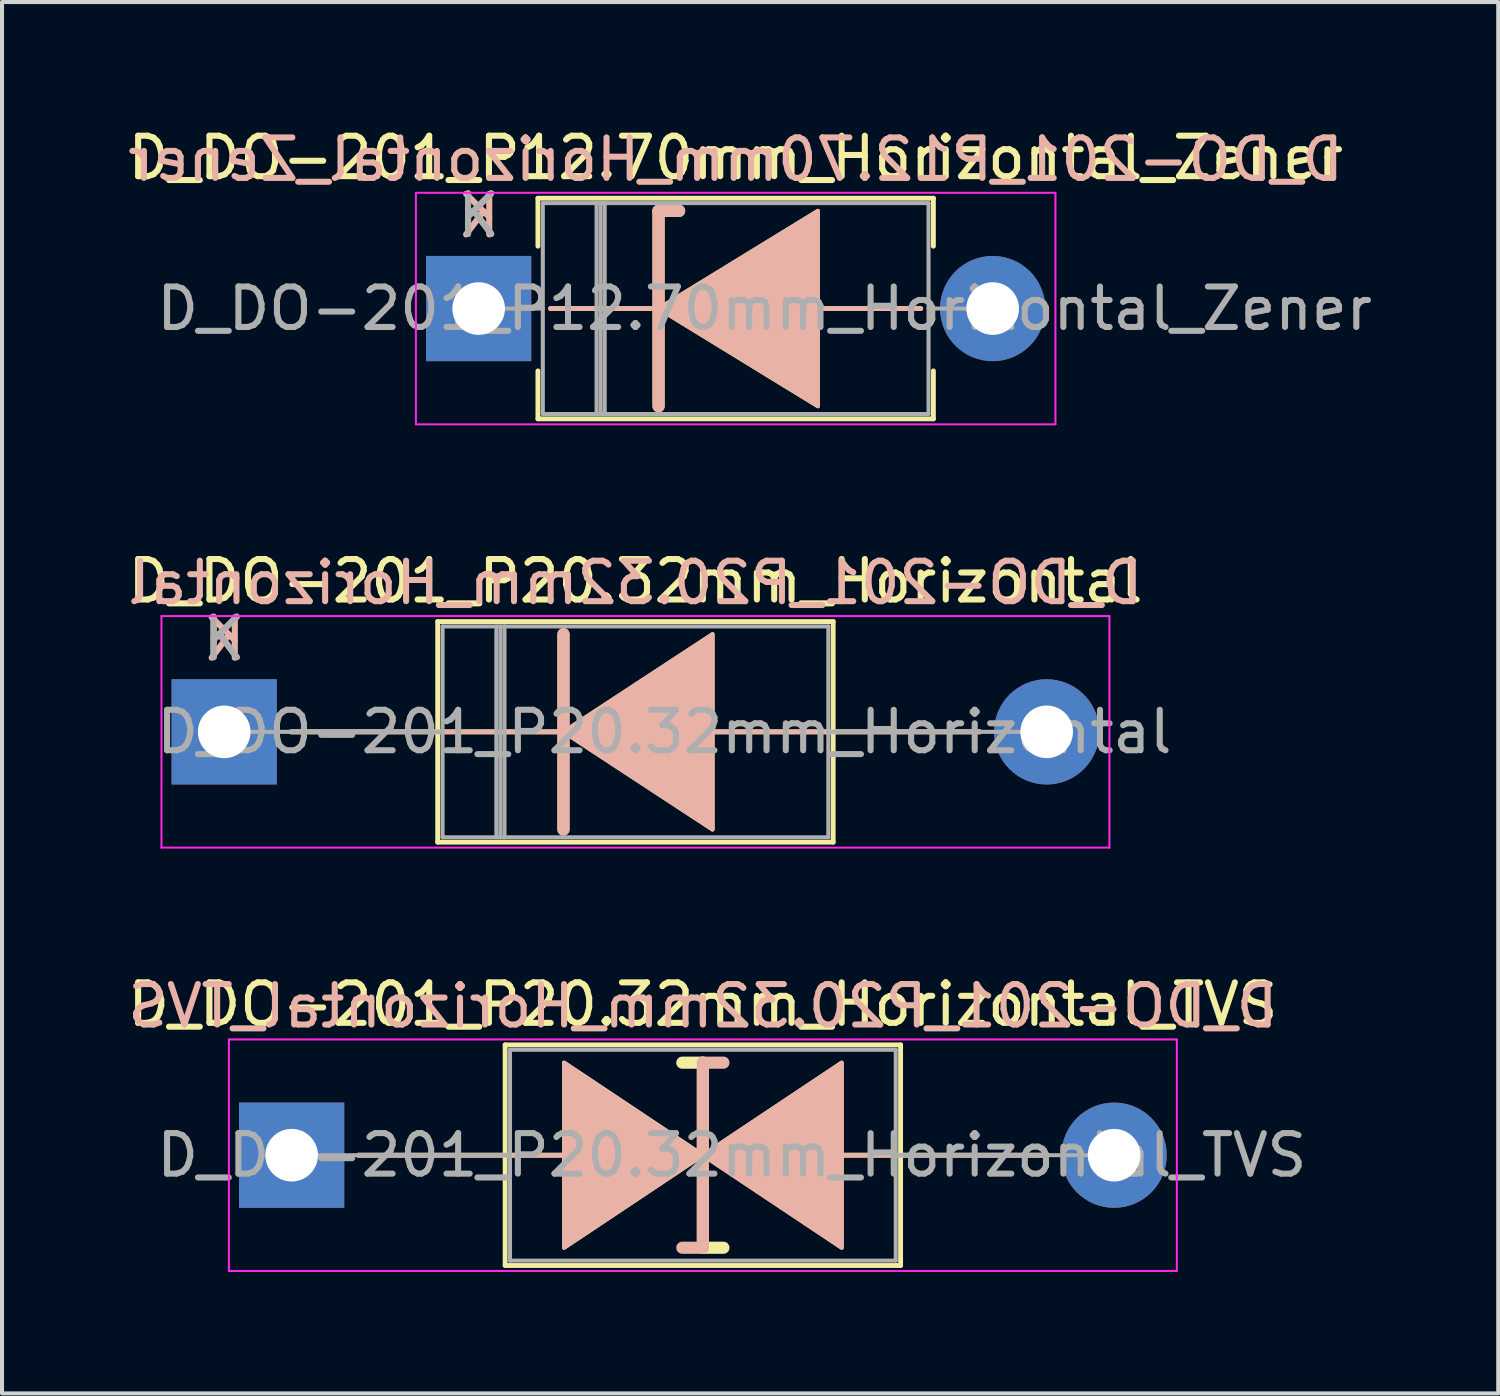
<source format=kicad_pcb>
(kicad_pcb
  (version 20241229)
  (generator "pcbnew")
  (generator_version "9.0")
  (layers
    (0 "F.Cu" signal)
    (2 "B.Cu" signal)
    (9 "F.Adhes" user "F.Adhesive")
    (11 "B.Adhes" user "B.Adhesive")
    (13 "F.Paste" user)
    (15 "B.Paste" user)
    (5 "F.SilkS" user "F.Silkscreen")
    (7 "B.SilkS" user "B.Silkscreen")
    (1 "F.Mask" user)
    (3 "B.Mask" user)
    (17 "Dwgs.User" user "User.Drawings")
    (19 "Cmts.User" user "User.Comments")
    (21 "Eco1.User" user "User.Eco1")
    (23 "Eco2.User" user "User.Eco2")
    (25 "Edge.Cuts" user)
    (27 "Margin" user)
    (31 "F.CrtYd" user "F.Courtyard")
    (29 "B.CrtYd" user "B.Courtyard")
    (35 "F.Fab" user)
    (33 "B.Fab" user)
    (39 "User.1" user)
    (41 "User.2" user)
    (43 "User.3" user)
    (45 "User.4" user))
  (footprint "D_DO-201_P20.32mm_Horizontal_TVS"
    (layer "F.Cu")
    (at 4.155 25.49)
    (property "Reference" "D_DO-201_P20.32mm_Horizontal_TVS" (at 10.16 -3.725 0) (layer "F.SilkS") (effects (font (size 1 1) (thickness 0.15))))
    (fp_line (start 1.651 0) (end 5.275 0) (stroke (width 0.12) (type solid)) (layer "F.SilkS"))
    (fp_line (start 5.275 -2.725) (end 5.275 2.725) (stroke (width 0.12) (type solid)) (layer "F.SilkS"))
    (fp_line (start 5.275 0) (end 6.731 0) (stroke (width 0.12) (type solid)) (layer "F.SilkS"))
    (fp_line (start 5.275 2.725) (end 15.045 2.725) (stroke (width 0.12) (type solid)) (layer "F.SilkS"))
    (fp_line (start 10.16 -2.286) (end 9.652 -2.286) (stroke (width 0.3) (type solid)) (layer "F.SilkS"))
    (fp_line (start 10.16 2.286) (end 10.16 -2.286) (stroke (width 0.3) (type solid)) (layer "F.SilkS"))
    (fp_line (start 10.668 2.286) (end 10.16 2.286) (stroke (width 0.3) (type solid)) (layer "F.SilkS"))
    (fp_line (start 13.589 0) (end 15.045 0) (stroke (width 0.12) (type solid)) (layer "F.SilkS"))
    (fp_line (start 15.045 -2.725) (end 5.275 -2.725) (stroke (width 0.12) (type solid)) (layer "F.SilkS"))
    (fp_line (start 15.045 2.725) (end 15.045 -2.725) (stroke (width 0.12) (type solid)) (layer "F.SilkS"))
    (fp_line (start 18.669 0) (end 15.045 0) (stroke (width 0.12) (type solid)) (layer "F.SilkS"))
    (fp_poly (pts (xy 10.16 0) (xy 6.731 2.286) (xy 6.731 -2.286)) (stroke (width 0.1) (type solid)) (fill yes) (layer "F.SilkS"))
    (fp_poly (pts (xy 10.16 0) (xy 13.589 -2.286) (xy 13.589 2.286)) (stroke (width 0.1) (type solid)) (fill yes) (layer "F.SilkS"))
    (fp_line (start 1.651 0) (end 5.275 0) (stroke (width 0.12) (type solid)) (layer "B.SilkS"))
    (fp_line (start 5.275 0) (end 6.731 0) (stroke (width 0.12) (type solid)) (layer "B.SilkS"))
    (fp_line (start 10.16 -2.286) (end 10.16 2.286) (stroke (width 0.3) (type solid)) (layer "B.SilkS"))
    (fp_line (start 10.16 2.286) (end 9.652 2.286) (stroke (width 0.3) (type solid)) (layer "B.SilkS"))
    (fp_line (start 10.668 -2.286) (end 10.16 -2.286) (stroke (width 0.3) (type solid)) (layer "B.SilkS"))
    (fp_line (start 13.589 0) (end 15.045 0) (stroke (width 0.12) (type solid)) (layer "B.SilkS"))
    (fp_line (start 18.669 0) (end 15.045 0) (stroke (width 0.12) (type solid)) (layer "B.SilkS"))
    (fp_poly (pts (xy 10.16 0) (xy 6.731 -2.286) (xy 6.731 2.286)) (stroke (width 0.1) (type solid)) (fill yes) (layer "B.SilkS"))
    (fp_poly (pts (xy 10.16 0) (xy 13.589 2.286) (xy 13.589 -2.286)) (stroke (width 0.1) (type solid)) (fill yes) (layer "B.SilkS"))
    (fp_line (start -1.55 -2.86) (end -1.55 2.86) (stroke (width 0.05) (type solid)) (layer "F.CrtYd"))
    (fp_line (start -1.55 2.86) (end 21.87 2.86) (stroke (width 0.05) (type solid)) (layer "F.CrtYd"))
    (fp_line (start 21.87 -2.86) (end -1.55 -2.86) (stroke (width 0.05) (type solid)) (layer "F.CrtYd"))
    (fp_line (start 21.87 2.86) (end 21.87 -2.86) (stroke (width 0.05) (type solid)) (layer "F.CrtYd"))
    (fp_line (start 0 0) (end 5.395 0) (stroke (width 0.1) (type solid)) (layer "F.Fab"))
    (fp_line (start 5.395 -2.605) (end 5.395 2.605) (stroke (width 0.1) (type solid)) (layer "F.Fab"))
    (fp_line (start 5.395 2.605) (end 14.925 2.605) (stroke (width 0.1) (type solid)) (layer "F.Fab"))
    (fp_line (start 14.925 -2.605) (end 5.395 -2.605) (stroke (width 0.1) (type solid)) (layer "F.Fab"))
    (fp_line (start 14.925 2.605) (end 14.925 -2.605) (stroke (width 0.1) (type solid)) (layer "F.Fab"))
    (fp_line (start 20.32 0) (end 14.925 0) (stroke (width 0.1) (type solid)) (layer "F.Fab"))
    (fp_text user "${REFERENCE}" (at 10.16 -3.683 0) (layer "B.SilkS") (effects (font (size 1 1) (thickness 0.15)) (justify mirror)))
    (fp_text user "${REFERENCE}" (at 10.875 0 0) (layer "F.Fab") (effects (font (size 1 1) (thickness 0.15))))
    (pad "1" thru_hole rect (at 0 0) (size 2.6 2.6) (drill 1.3) (layers "*.Cu" "*.Mask"))
    (pad "2" thru_hole oval (at 20.32 0) (size 2.6 2.6) (drill 1.3) (layers "*.Cu" "*.Mask")))
  (footprint "D_DO-201_P12.70mm_Horizontal_Zener"
    (layer "F.Cu")
    (at 8.775 4.573)
    (property "Reference" "D_DO-201_P12.70mm_Horizontal_Zener" (at 6.35 -3.725 0) (layer "F.SilkS") (effects (font (size 1 1) (thickness 0.15))))
    (fp_line (start 1.465 -2.725) (end 11.235 -2.725) (stroke (width 0.12) (type solid)) (layer "F.SilkS"))
    (fp_line (start 1.465 -1.54) (end 1.465 -2.725) (stroke (width 0.12) (type solid)) (layer "F.SilkS"))
    (fp_line (start 1.465 1.54) (end 1.465 2.725) (stroke (width 0.12) (type solid)) (layer "F.SilkS"))
    (fp_line (start 1.465 2.725) (end 11.235 2.725) (stroke (width 0.12) (type solid)) (layer "F.SilkS"))
    (fp_line (start 4.445 -2.413) (end 4.445 2.413) (stroke (width 0.3) (type solid)) (layer "F.SilkS"))
    (fp_line (start 4.445 -2.413) (end 4.953 -2.413) (stroke (width 0.3) (type solid)) (layer "F.SilkS"))
    (fp_line (start 4.572 0) (end 1.778 0) (stroke (width 0.12) (type solid)) (layer "F.SilkS"))
    (fp_line (start 8.255 0) (end 10.922 0) (stroke (width 0.12) (type solid)) (layer "F.SilkS"))
    (fp_line (start 11.235 -2.725) (end 11.235 -1.54) (stroke (width 0.12) (type solid)) (layer "F.SilkS"))
    (fp_line (start 11.235 2.725) (end 11.235 1.54) (stroke (width 0.12) (type solid)) (layer "F.SilkS"))
    (fp_poly (pts (xy 8.382 2.413) (xy 4.445 0) (xy 8.382 -2.413)) (stroke (width 0.1) (type solid)) (fill yes) (layer "F.SilkS"))
    (fp_line (start 4.445 -2.413) (end 4.953 -2.413) (stroke (width 0.3) (type solid)) (layer "B.SilkS"))
    (fp_line (start 4.445 2.413) (end 4.445 -2.413) (stroke (width 0.3) (type solid)) (layer "B.SilkS"))
    (fp_line (start 4.572 0) (end 1.778 0) (stroke (width 0.12) (type solid)) (layer "B.SilkS"))
    (fp_line (start 8.255 0) (end 10.922 0) (stroke (width 0.12) (type solid)) (layer "B.SilkS"))
    (fp_poly (pts (xy 8.382 -2.413) (xy 4.445 0) (xy 8.382 2.413)) (stroke (width 0.1) (type solid)) (fill yes) (layer "B.SilkS"))
    (fp_line (start -1.55 -2.86) (end -1.55 2.86) (stroke (width 0.05) (type solid)) (layer "F.CrtYd"))
    (fp_line (start -1.55 2.86) (end 14.25 2.86) (stroke (width 0.05) (type solid)) (layer "F.CrtYd"))
    (fp_line (start 14.25 -2.86) (end -1.55 -2.86) (stroke (width 0.05) (type solid)) (layer "F.CrtYd"))
    (fp_line (start 14.25 2.86) (end 14.25 -2.86) (stroke (width 0.05) (type solid)) (layer "F.CrtYd"))
    (fp_line (start 0 0) (end 1.585 0) (stroke (width 0.1) (type solid)) (layer "F.Fab"))
    (fp_line (start 1.585 -2.605) (end 1.585 2.605) (stroke (width 0.1) (type solid)) (layer "F.Fab"))
    (fp_line (start 1.585 2.605) (end 11.115 2.605) (stroke (width 0.1) (type solid)) (layer "F.Fab"))
    (fp_line (start 2.914 -2.605) (end 2.914 2.605) (stroke (width 0.1) (type solid)) (layer "F.Fab"))
    (fp_line (start 3.014 -2.605) (end 3.014 2.605) (stroke (width 0.1) (type solid)) (layer "F.Fab"))
    (fp_line (start 3.115 -2.605) (end 3.115 2.605) (stroke (width 0.1) (type solid)) (layer "F.Fab"))
    (fp_line (start 11.115 -2.605) (end 1.585 -2.605) (stroke (width 0.1) (type solid)) (layer "F.Fab"))
    (fp_line (start 11.115 2.605) (end 11.115 -2.605) (stroke (width 0.1) (type solid)) (layer "F.Fab"))
    (fp_line (start 12.7 0) (end 11.115 0) (stroke (width 0.1) (type solid)) (layer "F.Fab"))
    (fp_text user "K" (at 0 -2.3 0) (layer "F.SilkS") (effects (font (size 1 1) (thickness 0.15))))
    (fp_text user "${REFERENCE}" (at 6.35 -3.683 0) (layer "B.SilkS") (effects (font (size 1 1) (thickness 0.15)) (justify mirror)))
    (fp_text user "K" (at 0 -2.286 0) (layer "B.SilkS") (effects (font (size 1 1) (thickness 0.15)) (justify mirror)))
    (fp_text user "${REFERENCE}" (at 7.065 0 0) (layer "F.Fab") (effects (font (size 1 1) (thickness 0.15))))
    (fp_text user "K" (at 0 -2.3 0) (layer "F.Fab") (effects (font (size 1 1) (thickness 0.15))))
    (pad "1" thru_hole rect (at 0 0) (size 2.6 2.6) (drill 1.3) (layers "*.Cu" "*.Mask"))
    (pad "2" thru_hole oval (at 12.7 0) (size 2.6 2.6) (drill 1.3) (layers "*.Cu" "*.Mask")))
  (footprint "D_DO-201_P20.32mm_Horizontal"
    (layer "F.Cu")
    (at 2.489 15.031)
    (property "Reference" "D_DO-201_P20.32mm_Horizontal" (at 10.16 -3.725 0) (layer "F.SilkS") (effects (font (size 1 1) (thickness 0.15))))
    (fp_line (start 1.651 0) (end 5.275 0) (stroke (width 0.12) (type solid)) (layer "F.SilkS"))
    (fp_line (start 5.275 -2.725) (end 5.275 2.725) (stroke (width 0.12) (type solid)) (layer "F.SilkS"))
    (fp_line (start 5.275 2.725) (end 15.045 2.725) (stroke (width 0.12) (type solid)) (layer "F.SilkS"))
    (fp_line (start 8.382 -2.413) (end 8.382 2.413) (stroke (width 0.3) (type solid)) (layer "F.SilkS"))
    (fp_line (start 8.382 0) (end 5.275 0) (stroke (width 0.12) (type solid)) (layer "F.SilkS"))
    (fp_line (start 12.065 0) (end 15.045 0) (stroke (width 0.12) (type solid)) (layer "F.SilkS"))
    (fp_line (start 15.045 -2.725) (end 5.275 -2.725) (stroke (width 0.12) (type solid)) (layer "F.SilkS"))
    (fp_line (start 15.045 2.725) (end 15.045 -2.725) (stroke (width 0.12) (type solid)) (layer "F.SilkS"))
    (fp_line (start 18.669 0) (end 15.045 0) (stroke (width 0.12) (type solid)) (layer "F.SilkS"))
    (fp_poly (pts (xy 12.065 2.413) (xy 8.382 0) (xy 12.065 -2.413)) (stroke (width 0.1) (type solid)) (fill yes) (layer "F.SilkS"))
    (fp_line (start 1.651 0) (end 5.275 0) (stroke (width 0.12) (type solid)) (layer "B.SilkS"))
    (fp_line (start 8.382 0) (end 5.275 0) (stroke (width 0.12) (type solid)) (layer "B.SilkS"))
    (fp_line (start 8.382 2.413) (end 8.382 -2.413) (stroke (width 0.3) (type solid)) (layer "B.SilkS"))
    (fp_line (start 12.065 0) (end 15.045 0) (stroke (width 0.12) (type solid)) (layer "B.SilkS"))
    (fp_line (start 18.669 0) (end 15.045 0) (stroke (width 0.12) (type solid)) (layer "B.SilkS"))
    (fp_poly (pts (xy 12.065 -2.413) (xy 8.382 0) (xy 12.065 2.413)) (stroke (width 0.1) (type solid)) (fill yes) (layer "B.SilkS"))
    (fp_line (start -1.55 -2.86) (end -1.55 2.86) (stroke (width 0.05) (type solid)) (layer "F.CrtYd"))
    (fp_line (start -1.55 2.86) (end 21.87 2.86) (stroke (width 0.05) (type solid)) (layer "F.CrtYd"))
    (fp_line (start 21.87 -2.86) (end -1.55 -2.86) (stroke (width 0.05) (type solid)) (layer "F.CrtYd"))
    (fp_line (start 21.87 2.86) (end 21.87 -2.86) (stroke (width 0.05) (type solid)) (layer "F.CrtYd"))
    (fp_line (start 0 0) (end 5.395 0) (stroke (width 0.1) (type solid)) (layer "F.Fab"))
    (fp_line (start 5.395 -2.605) (end 5.395 2.605) (stroke (width 0.1) (type solid)) (layer "F.Fab"))
    (fp_line (start 5.395 2.605) (end 14.925 2.605) (stroke (width 0.1) (type solid)) (layer "F.Fab"))
    (fp_line (start 6.724 -2.605) (end 6.724 2.605) (stroke (width 0.1) (type solid)) (layer "F.Fab"))
    (fp_line (start 6.824 -2.605) (end 6.824 2.605) (stroke (width 0.1) (type solid)) (layer "F.Fab"))
    (fp_line (start 6.925 -2.605) (end 6.925 2.605) (stroke (width 0.1) (type solid)) (layer "F.Fab"))
    (fp_line (start 14.925 -2.605) (end 5.395 -2.605) (stroke (width 0.1) (type solid)) (layer "F.Fab"))
    (fp_line (start 14.925 2.605) (end 14.925 -2.605) (stroke (width 0.1) (type solid)) (layer "F.Fab"))
    (fp_line (start 20.32 0) (end 14.925 0) (stroke (width 0.1) (type solid)) (layer "F.Fab"))
    (fp_text user "K" (at 0 -2.3 0) (layer "F.SilkS") (effects (font (size 1 1) (thickness 0.15))))
    (fp_text user "${REFERENCE}" (at 10.16 -3.683 0) (layer "B.SilkS") (effects (font (size 1 1) (thickness 0.15)) (justify mirror)))
    (fp_text user "K" (at 0 -2.286 0) (layer "B.SilkS") (effects (font (size 1 1) (thickness 0.15)) (justify mirror)))
    (fp_text user "${REFERENCE}" (at 10.875 0 0) (layer "F.Fab") (effects (font (size 1 1) (thickness 0.15))))
    (fp_text user "K" (at 0 -2.3 0) (layer "F.Fab") (effects (font (size 1 1) (thickness 0.15))))
    (pad "1" thru_hole rect (at 0 0) (size 2.6 2.6) (drill 1.3) (layers "*.Cu" "*.Mask"))
    (pad "2" thru_hole oval (at 20.32 0) (size 2.6 2.6) (drill 1.3) (layers "*.Cu" "*.Mask")))
  (gr_rect
    (start -3 -3)
    (end 33.965 31.375)
    (stroke (width 0.1) (type default))
    (fill no)
    (layer "Edge.Cuts")))
</source>
